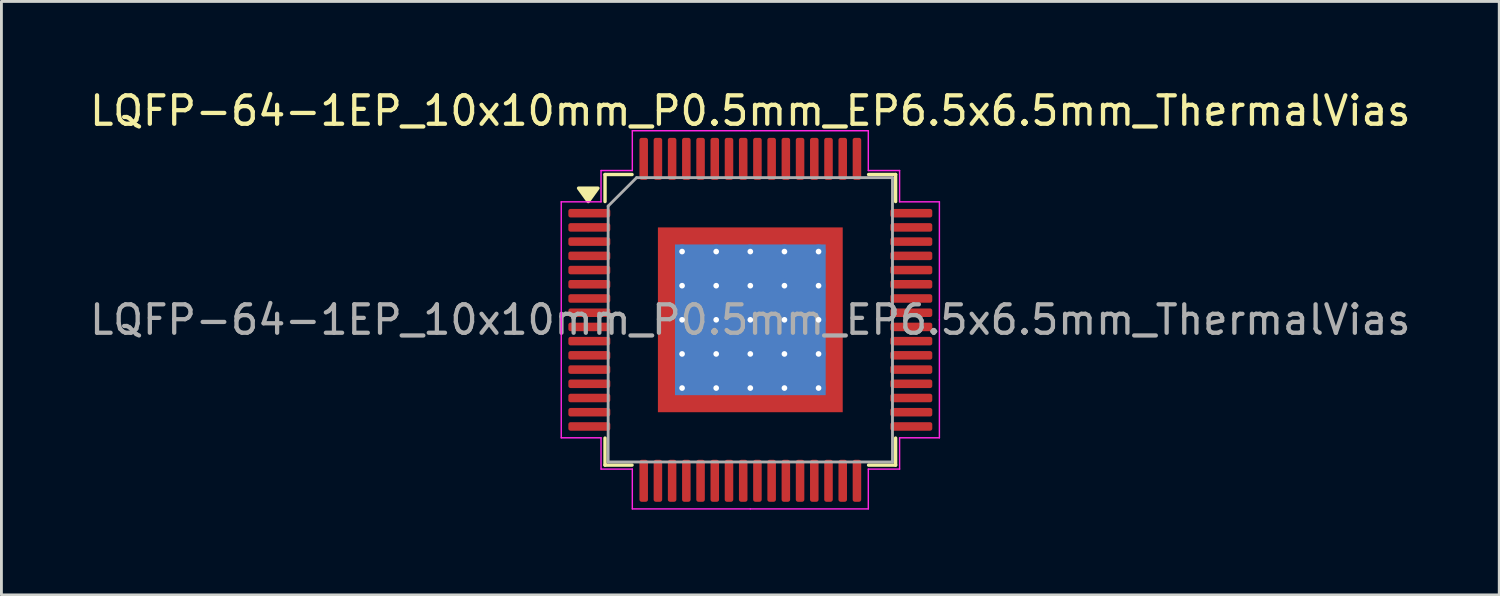
<source format=kicad_pcb>
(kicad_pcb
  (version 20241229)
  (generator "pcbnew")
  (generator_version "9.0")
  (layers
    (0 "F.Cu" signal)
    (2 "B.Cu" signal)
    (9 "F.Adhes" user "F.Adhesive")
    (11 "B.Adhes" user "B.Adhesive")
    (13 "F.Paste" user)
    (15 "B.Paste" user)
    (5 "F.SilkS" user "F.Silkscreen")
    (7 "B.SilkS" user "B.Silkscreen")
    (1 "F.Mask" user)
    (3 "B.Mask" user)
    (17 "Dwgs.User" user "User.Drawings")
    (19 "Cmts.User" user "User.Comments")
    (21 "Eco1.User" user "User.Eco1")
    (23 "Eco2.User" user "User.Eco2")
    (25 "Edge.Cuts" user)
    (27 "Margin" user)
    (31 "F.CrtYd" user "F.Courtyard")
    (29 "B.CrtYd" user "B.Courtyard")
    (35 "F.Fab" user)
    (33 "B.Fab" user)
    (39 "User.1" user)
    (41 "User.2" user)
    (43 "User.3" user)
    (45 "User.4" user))
  (footprint "LQFP-64-1EP_10x10mm_P0.5mm_EP6.5x6.5mm_ThermalVias"
    (layer "F.Cu")
    (at 23.339 8.198)
    (property "Reference" "LQFP-64-1EP_10x10mm_P0.5mm_EP6.5x6.5mm_ThermalVias" (at 0 -7.35 0) (layer "F.SilkS") (effects (font (size 1 1) (thickness 0.15))))
    (attr smd)
    (fp_line (start -5.11 -5.11) (end -5.11 -4.16) (stroke (width 0.12) (type solid)) (layer "F.SilkS"))
    (fp_line (start -5.11 5.11) (end -5.11 4.16) (stroke (width 0.12) (type solid)) (layer "F.SilkS"))
    (fp_line (start -4.16 -5.11) (end -5.11 -5.11) (stroke (width 0.12) (type solid)) (layer "F.SilkS"))
    (fp_line (start -4.16 5.11) (end -5.11 5.11) (stroke (width 0.12) (type solid)) (layer "F.SilkS"))
    (fp_line (start 4.16 -5.11) (end 5.11 -5.11) (stroke (width 0.12) (type solid)) (layer "F.SilkS"))
    (fp_line (start 4.16 5.11) (end 5.11 5.11) (stroke (width 0.12) (type solid)) (layer "F.SilkS"))
    (fp_line (start 5.11 -5.11) (end 5.11 -4.16) (stroke (width 0.12) (type solid)) (layer "F.SilkS"))
    (fp_line (start 5.11 5.11) (end 5.11 4.16) (stroke (width 0.12) (type solid)) (layer "F.SilkS"))
    (fp_poly (pts (xy -5.7 -4.16) (xy -6.04 -4.63) (xy -5.36 -4.63) (xy -5.7 -4.16)) (stroke (width 0.12) (type solid)) (fill yes) (layer "F.SilkS"))
    (fp_line (start -6.65 -4.15) (end -6.65 0) (stroke (width 0.05) (type solid)) (layer "F.CrtYd"))
    (fp_line (start -6.65 4.15) (end -6.65 0) (stroke (width 0.05) (type solid)) (layer "F.CrtYd"))
    (fp_line (start -5.25 -5.25) (end -5.25 -4.15) (stroke (width 0.05) (type solid)) (layer "F.CrtYd"))
    (fp_line (start -5.25 -4.15) (end -6.65 -4.15) (stroke (width 0.05) (type solid)) (layer "F.CrtYd"))
    (fp_line (start -5.25 4.15) (end -6.65 4.15) (stroke (width 0.05) (type solid)) (layer "F.CrtYd"))
    (fp_line (start -5.25 5.25) (end -5.25 4.15) (stroke (width 0.05) (type solid)) (layer "F.CrtYd"))
    (fp_line (start -4.15 -6.65) (end -4.15 -5.25) (stroke (width 0.05) (type solid)) (layer "F.CrtYd"))
    (fp_line (start -4.15 -5.25) (end -5.25 -5.25) (stroke (width 0.05) (type solid)) (layer "F.CrtYd"))
    (fp_line (start -4.15 5.25) (end -5.25 5.25) (stroke (width 0.05) (type solid)) (layer "F.CrtYd"))
    (fp_line (start -4.15 6.65) (end -4.15 5.25) (stroke (width 0.05) (type solid)) (layer "F.CrtYd"))
    (fp_line (start 0 -6.65) (end -4.15 -6.65) (stroke (width 0.05) (type solid)) (layer "F.CrtYd"))
    (fp_line (start 0 -6.65) (end 4.15 -6.65) (stroke (width 0.05) (type solid)) (layer "F.CrtYd"))
    (fp_line (start 0 6.65) (end -4.15 6.65) (stroke (width 0.05) (type solid)) (layer "F.CrtYd"))
    (fp_line (start 0 6.65) (end 4.15 6.65) (stroke (width 0.05) (type solid)) (layer "F.CrtYd"))
    (fp_line (start 4.15 -6.65) (end 4.15 -5.25) (stroke (width 0.05) (type solid)) (layer "F.CrtYd"))
    (fp_line (start 4.15 -5.25) (end 5.25 -5.25) (stroke (width 0.05) (type solid)) (layer "F.CrtYd"))
    (fp_line (start 4.15 5.25) (end 5.25 5.25) (stroke (width 0.05) (type solid)) (layer "F.CrtYd"))
    (fp_line (start 4.15 6.65) (end 4.15 5.25) (stroke (width 0.05) (type solid)) (layer "F.CrtYd"))
    (fp_line (start 5.25 -5.25) (end 5.25 -4.15) (stroke (width 0.05) (type solid)) (layer "F.CrtYd"))
    (fp_line (start 5.25 -4.15) (end 6.65 -4.15) (stroke (width 0.05) (type solid)) (layer "F.CrtYd"))
    (fp_line (start 5.25 4.15) (end 6.65 4.15) (stroke (width 0.05) (type solid)) (layer "F.CrtYd"))
    (fp_line (start 5.25 5.25) (end 5.25 4.15) (stroke (width 0.05) (type solid)) (layer "F.CrtYd"))
    (fp_line (start 6.65 -4.15) (end 6.65 0) (stroke (width 0.05) (type solid)) (layer "F.CrtYd"))
    (fp_line (start 6.65 4.15) (end 6.65 0) (stroke (width 0.05) (type solid)) (layer "F.CrtYd"))
    (fp_line (start -5 -4) (end -4 -5) (stroke (width 0.1) (type solid)) (layer "F.Fab"))
    (fp_line (start -5 5) (end -5 -4) (stroke (width 0.1) (type solid)) (layer "F.Fab"))
    (fp_line (start -4 -5) (end 5 -5) (stroke (width 0.1) (type solid)) (layer "F.Fab"))
    (fp_line (start 5 -5) (end 5 5) (stroke (width 0.1) (type solid)) (layer "F.Fab"))
    (fp_line (start 5 5) (end -5 5) (stroke (width 0.1) (type solid)) (layer "F.Fab"))
    (fp_text user "${REFERENCE}" (at 0 0 0) (layer "F.Fab") (effects (font (size 1 1) (thickness 0.15))))
    (pad "" smd custom (at -2.825 -2.825) (size 0.602 0.602) (layers "F.Paste") (options (anchor circle)) (primitives (gr_poly (pts (xy -0.259 -0.259) (xy 0.259 -0.259) (xy 0.259 0.19) (xy 0.19 0.259) (xy -0.259 0.259)) (width 0.167) (fill yes))))
    (pad "" smd roundrect (at -2.825 -1.8) (size 0.685 0.967) (layers "F.Paste") (roundrect_rratio 0.25))
    (pad "" smd roundrect (at -2.825 -0.6) (size 0.685 0.967) (layers "F.Paste") (roundrect_rratio 0.25))
    (pad "" smd roundrect (at -2.825 0.6) (size 0.685 0.967) (layers "F.Paste") (roundrect_rratio 0.25))
    (pad "" smd roundrect (at -2.825 1.8) (size 0.685 0.967) (layers "F.Paste") (roundrect_rratio 0.25))
    (pad "" smd custom (at -2.825 2.825) (size 0.602 0.602) (layers "F.Paste") (options (anchor circle)) (primitives (gr_poly (pts (xy -0.259 -0.259) (xy 0.19 -0.259) (xy 0.259 -0.19) (xy 0.259 0.259) (xy -0.259 0.259)) (width 0.167) (fill yes))))
    (pad "" smd roundrect (at -1.8 -2.825) (size 0.967 0.685) (layers "F.Paste") (roundrect_rratio 0.25))
    (pad "" smd roundrect (at -1.8 -1.8) (size 0.967 0.967) (layers "F.Paste") (roundrect_rratio 0.25))
    (pad "" smd roundrect (at -1.8 -0.6) (size 0.967 0.967) (layers "F.Paste") (roundrect_rratio 0.25))
    (pad "" smd roundrect (at -1.8 0.6) (size 0.967 0.967) (layers "F.Paste") (roundrect_rratio 0.25))
    (pad "" smd roundrect (at -1.8 1.8) (size 0.967 0.967) (layers "F.Paste") (roundrect_rratio 0.25))
    (pad "" smd roundrect (at -1.8 2.825) (size 0.967 0.685) (layers "F.Paste") (roundrect_rratio 0.25))
    (pad "" smd roundrect (at -0.6 -2.825) (size 0.967 0.685) (layers "F.Paste") (roundrect_rratio 0.25))
    (pad "" smd roundrect (at -0.6 -1.8) (size 0.967 0.967) (layers "F.Paste") (roundrect_rratio 0.25))
    (pad "" smd roundrect (at -0.6 -0.6) (size 0.967 0.967) (layers "F.Paste") (roundrect_rratio 0.25))
    (pad "" smd roundrect (at -0.6 0.6) (size 0.967 0.967) (layers "F.Paste") (roundrect_rratio 0.25))
    (pad "" smd roundrect (at -0.6 1.8) (size 0.967 0.967) (layers "F.Paste") (roundrect_rratio 0.25))
    (pad "" smd roundrect (at -0.6 2.825) (size 0.967 0.685) (layers "F.Paste") (roundrect_rratio 0.25))
    (pad "" smd roundrect (at 0.6 -2.825) (size 0.967 0.685) (layers "F.Paste") (roundrect_rratio 0.25))
    (pad "" smd roundrect (at 0.6 -1.8) (size 0.967 0.967) (layers "F.Paste") (roundrect_rratio 0.25))
    (pad "" smd roundrect (at 0.6 -0.6) (size 0.967 0.967) (layers "F.Paste") (roundrect_rratio 0.25))
    (pad "" smd roundrect (at 0.6 0.6) (size 0.967 0.967) (layers "F.Paste") (roundrect_rratio 0.25))
    (pad "" smd roundrect (at 0.6 1.8) (size 0.967 0.967) (layers "F.Paste") (roundrect_rratio 0.25))
    (pad "" smd roundrect (at 0.6 2.825) (size 0.967 0.685) (layers "F.Paste") (roundrect_rratio 0.25))
    (pad "" smd roundrect (at 1.8 -2.825) (size 0.967 0.685) (layers "F.Paste") (roundrect_rratio 0.25))
    (pad "" smd roundrect (at 1.8 -1.8) (size 0.967 0.967) (layers "F.Paste") (roundrect_rratio 0.25))
    (pad "" smd roundrect (at 1.8 -0.6) (size 0.967 0.967) (layers "F.Paste") (roundrect_rratio 0.25))
    (pad "" smd roundrect (at 1.8 0.6) (size 0.967 0.967) (layers "F.Paste") (roundrect_rratio 0.25))
    (pad "" smd roundrect (at 1.8 1.8) (size 0.967 0.967) (layers "F.Paste") (roundrect_rratio 0.25))
    (pad "" smd roundrect (at 1.8 2.825) (size 0.967 0.685) (layers "F.Paste") (roundrect_rratio 0.25))
    (pad "" smd custom (at 2.825 -2.825) (size 0.602 0.602) (layers "F.Paste") (options (anchor circle)) (primitives (gr_poly (pts (xy -0.259 -0.259) (xy 0.259 -0.259) (xy 0.259 0.259) (xy -0.19 0.259) (xy -0.259 0.19)) (width 0.167) (fill yes))))
    (pad "" smd roundrect (at 2.825 -1.8) (size 0.685 0.967) (layers "F.Paste") (roundrect_rratio 0.25))
    (pad "" smd roundrect (at 2.825 -0.6) (size 0.685 0.967) (layers "F.Paste") (roundrect_rratio 0.25))
    (pad "" smd roundrect (at 2.825 0.6) (size 0.685 0.967) (layers "F.Paste") (roundrect_rratio 0.25))
    (pad "" smd roundrect (at 2.825 1.8) (size 0.685 0.967) (layers "F.Paste") (roundrect_rratio 0.25))
    (pad "" smd custom (at 2.825 2.825) (size 0.602 0.602) (layers "F.Paste") (options (anchor circle)) (primitives (gr_poly (pts (xy -0.259 -0.19) (xy -0.19 -0.259) (xy 0.259 -0.259) (xy 0.259 0.259) (xy -0.259 0.259)) (width 0.167) (fill yes))))
    (pad "1" smd roundrect (at -5.662 -3.75) (size 1.475 0.3) (layers "F.Cu" "F.Mask" "F.Paste") (roundrect_rratio 0.25))
    (pad "2" smd roundrect (at -5.662 -3.25) (size 1.475 0.3) (layers "F.Cu" "F.Mask" "F.Paste") (roundrect_rratio 0.25))
    (pad "3" smd roundrect (at -5.662 -2.75) (size 1.475 0.3) (layers "F.Cu" "F.Mask" "F.Paste") (roundrect_rratio 0.25))
    (pad "4" smd roundrect (at -5.662 -2.25) (size 1.475 0.3) (layers "F.Cu" "F.Mask" "F.Paste") (roundrect_rratio 0.25))
    (pad "5" smd roundrect (at -5.662 -1.75) (size 1.475 0.3) (layers "F.Cu" "F.Mask" "F.Paste") (roundrect_rratio 0.25))
    (pad "6" smd roundrect (at -5.662 -1.25) (size 1.475 0.3) (layers "F.Cu" "F.Mask" "F.Paste") (roundrect_rratio 0.25))
    (pad "7" smd roundrect (at -5.662 -0.75) (size 1.475 0.3) (layers "F.Cu" "F.Mask" "F.Paste") (roundrect_rratio 0.25))
    (pad "8" smd roundrect (at -5.662 -0.25) (size 1.475 0.3) (layers "F.Cu" "F.Mask" "F.Paste") (roundrect_rratio 0.25))
    (pad "9" smd roundrect (at -5.662 0.25) (size 1.475 0.3) (layers "F.Cu" "F.Mask" "F.Paste") (roundrect_rratio 0.25))
    (pad "10" smd roundrect (at -5.662 0.75) (size 1.475 0.3) (layers "F.Cu" "F.Mask" "F.Paste") (roundrect_rratio 0.25))
    (pad "11" smd roundrect (at -5.662 1.25) (size 1.475 0.3) (layers "F.Cu" "F.Mask" "F.Paste") (roundrect_rratio 0.25))
    (pad "12" smd roundrect (at -5.662 1.75) (size 1.475 0.3) (layers "F.Cu" "F.Mask" "F.Paste") (roundrect_rratio 0.25))
    (pad "13" smd roundrect (at -5.662 2.25) (size 1.475 0.3) (layers "F.Cu" "F.Mask" "F.Paste") (roundrect_rratio 0.25))
    (pad "14" smd roundrect (at -5.662 2.75) (size 1.475 0.3) (layers "F.Cu" "F.Mask" "F.Paste") (roundrect_rratio 0.25))
    (pad "15" smd roundrect (at -5.662 3.25) (size 1.475 0.3) (layers "F.Cu" "F.Mask" "F.Paste") (roundrect_rratio 0.25))
    (pad "16" smd roundrect (at -5.662 3.75) (size 1.475 0.3) (layers "F.Cu" "F.Mask" "F.Paste") (roundrect_rratio 0.25))
    (pad "17" smd roundrect (at -3.75 5.662) (size 0.3 1.475) (layers "F.Cu" "F.Mask" "F.Paste") (roundrect_rratio 0.25))
    (pad "18" smd roundrect (at -3.25 5.662) (size 0.3 1.475) (layers "F.Cu" "F.Mask" "F.Paste") (roundrect_rratio 0.25))
    (pad "19" smd roundrect (at -2.75 5.662) (size 0.3 1.475) (layers "F.Cu" "F.Mask" "F.Paste") (roundrect_rratio 0.25))
    (pad "20" smd roundrect (at -2.25 5.662) (size 0.3 1.475) (layers "F.Cu" "F.Mask" "F.Paste") (roundrect_rratio 0.25))
    (pad "21" smd roundrect (at -1.75 5.662) (size 0.3 1.475) (layers "F.Cu" "F.Mask" "F.Paste") (roundrect_rratio 0.25))
    (pad "22" smd roundrect (at -1.25 5.662) (size 0.3 1.475) (layers "F.Cu" "F.Mask" "F.Paste") (roundrect_rratio 0.25))
    (pad "23" smd roundrect (at -0.75 5.662) (size 0.3 1.475) (layers "F.Cu" "F.Mask" "F.Paste") (roundrect_rratio 0.25))
    (pad "24" smd roundrect (at -0.25 5.662) (size 0.3 1.475) (layers "F.Cu" "F.Mask" "F.Paste") (roundrect_rratio 0.25))
    (pad "25" smd roundrect (at 0.25 5.662) (size 0.3 1.475) (layers "F.Cu" "F.Mask" "F.Paste") (roundrect_rratio 0.25))
    (pad "26" smd roundrect (at 0.75 5.662) (size 0.3 1.475) (layers "F.Cu" "F.Mask" "F.Paste") (roundrect_rratio 0.25))
    (pad "27" smd roundrect (at 1.25 5.662) (size 0.3 1.475) (layers "F.Cu" "F.Mask" "F.Paste") (roundrect_rratio 0.25))
    (pad "28" smd roundrect (at 1.75 5.662) (size 0.3 1.475) (layers "F.Cu" "F.Mask" "F.Paste") (roundrect_rratio 0.25))
    (pad "29" smd roundrect (at 2.25 5.662) (size 0.3 1.475) (layers "F.Cu" "F.Mask" "F.Paste") (roundrect_rratio 0.25))
    (pad "30" smd roundrect (at 2.75 5.662) (size 0.3 1.475) (layers "F.Cu" "F.Mask" "F.Paste") (roundrect_rratio 0.25))
    (pad "31" smd roundrect (at 3.25 5.662) (size 0.3 1.475) (layers "F.Cu" "F.Mask" "F.Paste") (roundrect_rratio 0.25))
    (pad "32" smd roundrect (at 3.75 5.662) (size 0.3 1.475) (layers "F.Cu" "F.Mask" "F.Paste") (roundrect_rratio 0.25))
    (pad "33" smd roundrect (at 5.662 3.75) (size 1.475 0.3) (layers "F.Cu" "F.Mask" "F.Paste") (roundrect_rratio 0.25))
    (pad "34" smd roundrect (at 5.662 3.25) (size 1.475 0.3) (layers "F.Cu" "F.Mask" "F.Paste") (roundrect_rratio 0.25))
    (pad "35" smd roundrect (at 5.662 2.75) (size 1.475 0.3) (layers "F.Cu" "F.Mask" "F.Paste") (roundrect_rratio 0.25))
    (pad "36" smd roundrect (at 5.662 2.25) (size 1.475 0.3) (layers "F.Cu" "F.Mask" "F.Paste") (roundrect_rratio 0.25))
    (pad "37" smd roundrect (at 5.662 1.75) (size 1.475 0.3) (layers "F.Cu" "F.Mask" "F.Paste") (roundrect_rratio 0.25))
    (pad "38" smd roundrect (at 5.662 1.25) (size 1.475 0.3) (layers "F.Cu" "F.Mask" "F.Paste") (roundrect_rratio 0.25))
    (pad "39" smd roundrect (at 5.662 0.75) (size 1.475 0.3) (layers "F.Cu" "F.Mask" "F.Paste") (roundrect_rratio 0.25))
    (pad "40" smd roundrect (at 5.662 0.25) (size 1.475 0.3) (layers "F.Cu" "F.Mask" "F.Paste") (roundrect_rratio 0.25))
    (pad "41" smd roundrect (at 5.662 -0.25) (size 1.475 0.3) (layers "F.Cu" "F.Mask" "F.Paste") (roundrect_rratio 0.25))
    (pad "42" smd roundrect (at 5.662 -0.75) (size 1.475 0.3) (layers "F.Cu" "F.Mask" "F.Paste") (roundrect_rratio 0.25))
    (pad "43" smd roundrect (at 5.662 -1.25) (size 1.475 0.3) (layers "F.Cu" "F.Mask" "F.Paste") (roundrect_rratio 0.25))
    (pad "44" smd roundrect (at 5.662 -1.75) (size 1.475 0.3) (layers "F.Cu" "F.Mask" "F.Paste") (roundrect_rratio 0.25))
    (pad "45" smd roundrect (at 5.662 -2.25) (size 1.475 0.3) (layers "F.Cu" "F.Mask" "F.Paste") (roundrect_rratio 0.25))
    (pad "46" smd roundrect (at 5.662 -2.75) (size 1.475 0.3) (layers "F.Cu" "F.Mask" "F.Paste") (roundrect_rratio 0.25))
    (pad "47" smd roundrect (at 5.662 -3.25) (size 1.475 0.3) (layers "F.Cu" "F.Mask" "F.Paste") (roundrect_rratio 0.25))
    (pad "48" smd roundrect (at 5.662 -3.75) (size 1.475 0.3) (layers "F.Cu" "F.Mask" "F.Paste") (roundrect_rratio 0.25))
    (pad "49" smd roundrect (at 3.75 -5.662) (size 0.3 1.475) (layers "F.Cu" "F.Mask" "F.Paste") (roundrect_rratio 0.25))
    (pad "50" smd roundrect (at 3.25 -5.662) (size 0.3 1.475) (layers "F.Cu" "F.Mask" "F.Paste") (roundrect_rratio 0.25))
    (pad "51" smd roundrect (at 2.75 -5.662) (size 0.3 1.475) (layers "F.Cu" "F.Mask" "F.Paste") (roundrect_rratio 0.25))
    (pad "52" smd roundrect (at 2.25 -5.662) (size 0.3 1.475) (layers "F.Cu" "F.Mask" "F.Paste") (roundrect_rratio 0.25))
    (pad "53" smd roundrect (at 1.75 -5.662) (size 0.3 1.475) (layers "F.Cu" "F.Mask" "F.Paste") (roundrect_rratio 0.25))
    (pad "54" smd roundrect (at 1.25 -5.662) (size 0.3 1.475) (layers "F.Cu" "F.Mask" "F.Paste") (roundrect_rratio 0.25))
    (pad "55" smd roundrect (at 0.75 -5.662) (size 0.3 1.475) (layers "F.Cu" "F.Mask" "F.Paste") (roundrect_rratio 0.25))
    (pad "56" smd roundrect (at 0.25 -5.662) (size 0.3 1.475) (layers "F.Cu" "F.Mask" "F.Paste") (roundrect_rratio 0.25))
    (pad "57" smd roundrect (at -0.25 -5.662) (size 0.3 1.475) (layers "F.Cu" "F.Mask" "F.Paste") (roundrect_rratio 0.25))
    (pad "58" smd roundrect (at -0.75 -5.662) (size 0.3 1.475) (layers "F.Cu" "F.Mask" "F.Paste") (roundrect_rratio 0.25))
    (pad "59" smd roundrect (at -1.25 -5.662) (size 0.3 1.475) (layers "F.Cu" "F.Mask" "F.Paste") (roundrect_rratio 0.25))
    (pad "60" smd roundrect (at -1.75 -5.662) (size 0.3 1.475) (layers "F.Cu" "F.Mask" "F.Paste") (roundrect_rratio 0.25))
    (pad "61" smd roundrect (at -2.25 -5.662) (size 0.3 1.475) (layers "F.Cu" "F.Mask" "F.Paste") (roundrect_rratio 0.25))
    (pad "62" smd roundrect (at -2.75 -5.662) (size 0.3 1.475) (layers "F.Cu" "F.Mask" "F.Paste") (roundrect_rratio 0.25))
    (pad "63" smd roundrect (at -3.25 -5.662) (size 0.3 1.475) (layers "F.Cu" "F.Mask" "F.Paste") (roundrect_rratio 0.25))
    (pad "64" smd roundrect (at -3.75 -5.662) (size 0.3 1.475) (layers "F.Cu" "F.Mask" "F.Paste") (roundrect_rratio 0.25))
    (pad "65" thru_hole circle (at -2.4 -2.4) (size 0.5 0.5) (drill 0.2) (property pad_prop_heatsink) (layers "*.Cu"))
    (pad "65" thru_hole circle (at -2.4 -1.2) (size 0.5 0.5) (drill 0.2) (property pad_prop_heatsink) (layers "*.Cu"))
    (pad "65" thru_hole circle (at -2.4 0) (size 0.5 0.5) (drill 0.2) (property pad_prop_heatsink) (layers "*.Cu"))
    (pad "65" thru_hole circle (at -2.4 1.2) (size 0.5 0.5) (drill 0.2) (property pad_prop_heatsink) (layers "*.Cu"))
    (pad "65" thru_hole circle (at -2.4 2.4) (size 0.5 0.5) (drill 0.2) (property pad_prop_heatsink) (layers "*.Cu"))
    (pad "65" thru_hole circle (at -1.2 -2.4) (size 0.5 0.5) (drill 0.2) (property pad_prop_heatsink) (layers "*.Cu"))
    (pad "65" thru_hole circle (at -1.2 -1.2) (size 0.5 0.5) (drill 0.2) (property pad_prop_heatsink) (layers "*.Cu"))
    (pad "65" thru_hole circle (at -1.2 0) (size 0.5 0.5) (drill 0.2) (property pad_prop_heatsink) (layers "*.Cu"))
    (pad "65" thru_hole circle (at -1.2 1.2) (size 0.5 0.5) (drill 0.2) (property pad_prop_heatsink) (layers "*.Cu"))
    (pad "65" thru_hole circle (at -1.2 2.4) (size 0.5 0.5) (drill 0.2) (property pad_prop_heatsink) (layers "*.Cu"))
    (pad "65" thru_hole circle (at 0 -2.4) (size 0.5 0.5) (drill 0.2) (property pad_prop_heatsink) (layers "*.Cu"))
    (pad "65" thru_hole circle (at 0 -1.2) (size 0.5 0.5) (drill 0.2) (property pad_prop_heatsink) (layers "*.Cu"))
    (pad "65" thru_hole circle (at 0 0) (size 0.5 0.5) (drill 0.2) (property pad_prop_heatsink) (layers "*.Cu"))
    (pad "65" smd rect (at 0 0) (size 5.3 5.3) (property pad_prop_heatsink) (layers "B.Cu"))
    (pad "65" smd rect (at 0 0) (size 6.5 6.5) (property pad_prop_heatsink) (layers "F.Cu" "F.Mask"))
    (pad "65" thru_hole circle (at 0 1.2) (size 0.5 0.5) (drill 0.2) (property pad_prop_heatsink) (layers "*.Cu"))
    (pad "65" thru_hole circle (at 0 2.4) (size 0.5 0.5) (drill 0.2) (property pad_prop_heatsink) (layers "*.Cu"))
    (pad "65" thru_hole circle (at 1.2 -2.4) (size 0.5 0.5) (drill 0.2) (property pad_prop_heatsink) (layers "*.Cu"))
    (pad "65" thru_hole circle (at 1.2 -1.2) (size 0.5 0.5) (drill 0.2) (property pad_prop_heatsink) (layers "*.Cu"))
    (pad "65" thru_hole circle (at 1.2 0) (size 0.5 0.5) (drill 0.2) (property pad_prop_heatsink) (layers "*.Cu"))
    (pad "65" thru_hole circle (at 1.2 1.2) (size 0.5 0.5) (drill 0.2) (property pad_prop_heatsink) (layers "*.Cu"))
    (pad "65" thru_hole circle (at 1.2 2.4) (size 0.5 0.5) (drill 0.2) (property pad_prop_heatsink) (layers "*.Cu"))
    (pad "65" thru_hole circle (at 2.4 -2.4) (size 0.5 0.5) (drill 0.2) (property pad_prop_heatsink) (layers "*.Cu"))
    (pad "65" thru_hole circle (at 2.4 -1.2) (size 0.5 0.5) (drill 0.2) (property pad_prop_heatsink) (layers "*.Cu"))
    (pad "65" thru_hole circle (at 2.4 0) (size 0.5 0.5) (drill 0.2) (property pad_prop_heatsink) (layers "*.Cu"))
    (pad "65" thru_hole circle (at 2.4 1.2) (size 0.5 0.5) (drill 0.2) (property pad_prop_heatsink) (layers "*.Cu"))
    (pad "65" thru_hole circle (at 2.4 2.4) (size 0.5 0.5) (drill 0.2) (property pad_prop_heatsink) (layers "*.Cu")))
  (gr_rect
    (start -3 -3)
    (end 49.679 17.873)
    (stroke (width 0.1) (type default))
    (fill no)
    (layer "Edge.Cuts")))
</source>
